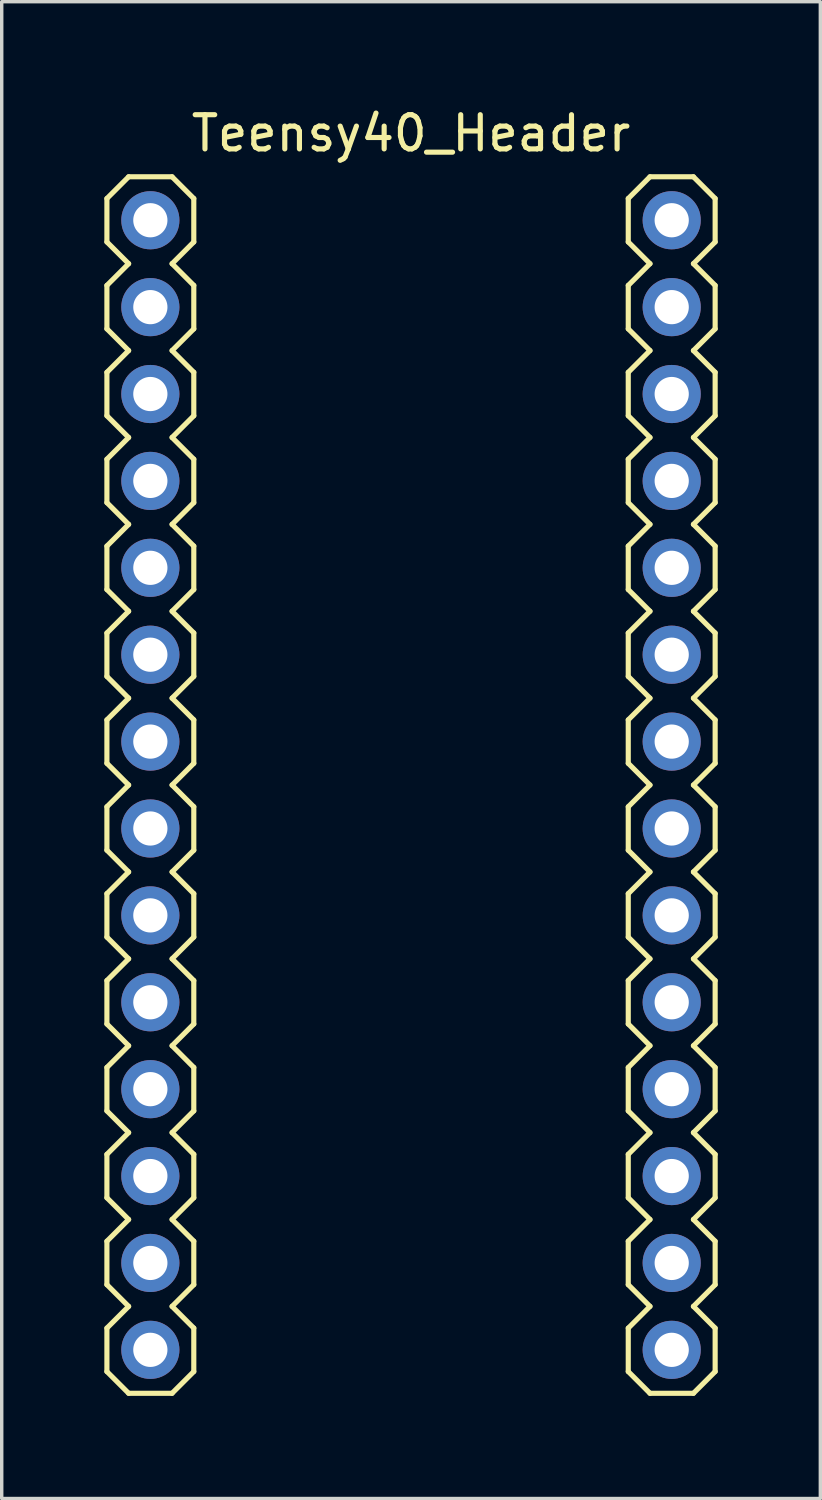
<source format=kicad_pcb>
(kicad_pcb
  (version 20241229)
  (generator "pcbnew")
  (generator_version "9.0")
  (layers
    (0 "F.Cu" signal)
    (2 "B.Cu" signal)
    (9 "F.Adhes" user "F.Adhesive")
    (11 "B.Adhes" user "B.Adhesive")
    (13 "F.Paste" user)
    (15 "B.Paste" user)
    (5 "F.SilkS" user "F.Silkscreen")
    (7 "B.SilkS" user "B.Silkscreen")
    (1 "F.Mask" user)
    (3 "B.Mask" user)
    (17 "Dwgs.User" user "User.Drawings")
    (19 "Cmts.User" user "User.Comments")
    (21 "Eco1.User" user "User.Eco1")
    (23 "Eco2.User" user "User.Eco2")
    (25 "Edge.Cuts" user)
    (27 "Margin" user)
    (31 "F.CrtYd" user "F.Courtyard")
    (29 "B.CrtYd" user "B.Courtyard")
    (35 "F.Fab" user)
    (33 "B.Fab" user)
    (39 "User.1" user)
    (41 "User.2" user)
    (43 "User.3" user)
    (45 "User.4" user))
  (footprint "Teensy40_Header"
    (layer "F.Cu")
    (at 8.965 3.388)
    (property "Reference" "Teensy40_Header" (at 0 -2.54 0) (layer "F.SilkS") (effects (font (size 1 1) (thickness 0.15))))
    (attr through_hole)
    (fp_line (start -8.89 -0.635) (end -8.89 0.635) (stroke (width 0.15) (type solid)) (layer "F.SilkS"))
    (fp_line (start -8.89 0.635) (end -8.255 1.27) (stroke (width 0.15) (type solid)) (layer "F.SilkS"))
    (fp_line (start -8.89 1.905) (end -8.89 3.175) (stroke (width 0.15) (type solid)) (layer "F.SilkS"))
    (fp_line (start -8.89 3.175) (end -8.255 3.81) (stroke (width 0.15) (type solid)) (layer "F.SilkS"))
    (fp_line (start -8.89 4.445) (end -8.89 5.715) (stroke (width 0.15) (type solid)) (layer "F.SilkS"))
    (fp_line (start -8.89 5.715) (end -8.255 6.35) (stroke (width 0.15) (type solid)) (layer "F.SilkS"))
    (fp_line (start -8.89 6.985) (end -8.89 8.255) (stroke (width 0.15) (type solid)) (layer "F.SilkS"))
    (fp_line (start -8.89 8.255) (end -8.255 8.89) (stroke (width 0.15) (type solid)) (layer "F.SilkS"))
    (fp_line (start -8.89 9.525) (end -8.89 10.795) (stroke (width 0.15) (type solid)) (layer "F.SilkS"))
    (fp_line (start -8.89 10.795) (end -8.255 11.43) (stroke (width 0.15) (type solid)) (layer "F.SilkS"))
    (fp_line (start -8.89 12.065) (end -8.89 13.335) (stroke (width 0.15) (type solid)) (layer "F.SilkS"))
    (fp_line (start -8.89 13.335) (end -8.255 13.97) (stroke (width 0.15) (type solid)) (layer "F.SilkS"))
    (fp_line (start -8.89 14.605) (end -8.89 15.875) (stroke (width 0.15) (type solid)) (layer "F.SilkS"))
    (fp_line (start -8.89 15.875) (end -8.255 16.51) (stroke (width 0.15) (type solid)) (layer "F.SilkS"))
    (fp_line (start -8.89 17.145) (end -8.89 18.415) (stroke (width 0.15) (type solid)) (layer "F.SilkS"))
    (fp_line (start -8.89 18.415) (end -8.255 19.05) (stroke (width 0.15) (type solid)) (layer "F.SilkS"))
    (fp_line (start -8.89 19.685) (end -8.89 20.955) (stroke (width 0.15) (type solid)) (layer "F.SilkS"))
    (fp_line (start -8.89 20.955) (end -8.255 21.59) (stroke (width 0.15) (type solid)) (layer "F.SilkS"))
    (fp_line (start -8.89 22.225) (end -8.89 23.495) (stroke (width 0.15) (type solid)) (layer "F.SilkS"))
    (fp_line (start -8.89 23.495) (end -8.255 24.13) (stroke (width 0.15) (type solid)) (layer "F.SilkS"))
    (fp_line (start -8.89 24.765) (end -8.89 26.035) (stroke (width 0.15) (type solid)) (layer "F.SilkS"))
    (fp_line (start -8.89 26.035) (end -8.255 26.67) (stroke (width 0.15) (type solid)) (layer "F.SilkS"))
    (fp_line (start -8.89 27.305) (end -8.89 28.575) (stroke (width 0.15) (type solid)) (layer "F.SilkS"))
    (fp_line (start -8.89 28.575) (end -8.255 29.21) (stroke (width 0.15) (type solid)) (layer "F.SilkS"))
    (fp_line (start -8.89 29.845) (end -8.89 31.115) (stroke (width 0.15) (type solid)) (layer "F.SilkS"))
    (fp_line (start -8.89 31.115) (end -8.255 31.75) (stroke (width 0.15) (type solid)) (layer "F.SilkS"))
    (fp_line (start -8.89 32.385) (end -8.89 33.655) (stroke (width 0.15) (type solid)) (layer "F.SilkS"))
    (fp_line (start -8.89 33.655) (end -8.255 34.29) (stroke (width 0.15) (type solid)) (layer "F.SilkS"))
    (fp_line (start -8.255 -1.27) (end -8.89 -0.635) (stroke (width 0.15) (type solid)) (layer "F.SilkS"))
    (fp_line (start -8.255 1.27) (end -8.89 1.905) (stroke (width 0.15) (type solid)) (layer "F.SilkS"))
    (fp_line (start -8.255 3.81) (end -8.89 4.445) (stroke (width 0.15) (type solid)) (layer "F.SilkS"))
    (fp_line (start -8.255 6.35) (end -8.89 6.985) (stroke (width 0.15) (type solid)) (layer "F.SilkS"))
    (fp_line (start -8.255 8.89) (end -8.89 9.525) (stroke (width 0.15) (type solid)) (layer "F.SilkS"))
    (fp_line (start -8.255 11.43) (end -8.89 12.065) (stroke (width 0.15) (type solid)) (layer "F.SilkS"))
    (fp_line (start -8.255 13.97) (end -8.89 14.605) (stroke (width 0.15) (type solid)) (layer "F.SilkS"))
    (fp_line (start -8.255 16.51) (end -8.89 17.145) (stroke (width 0.15) (type solid)) (layer "F.SilkS"))
    (fp_line (start -8.255 19.05) (end -8.89 19.685) (stroke (width 0.15) (type solid)) (layer "F.SilkS"))
    (fp_line (start -8.255 21.59) (end -8.89 22.225) (stroke (width 0.15) (type solid)) (layer "F.SilkS"))
    (fp_line (start -8.255 24.13) (end -8.89 24.765) (stroke (width 0.15) (type solid)) (layer "F.SilkS"))
    (fp_line (start -8.255 26.67) (end -8.89 27.305) (stroke (width 0.15) (type solid)) (layer "F.SilkS"))
    (fp_line (start -8.255 29.21) (end -8.89 29.845) (stroke (width 0.15) (type solid)) (layer "F.SilkS"))
    (fp_line (start -8.255 31.75) (end -8.89 32.385) (stroke (width 0.15) (type solid)) (layer "F.SilkS"))
    (fp_line (start -8.255 34.29) (end -6.985 34.29) (stroke (width 0.15) (type solid)) (layer "F.SilkS"))
    (fp_line (start -6.985 -1.27) (end -8.255 -1.27) (stroke (width 0.15) (type solid)) (layer "F.SilkS"))
    (fp_line (start -6.985 1.27) (end -6.35 0.635) (stroke (width 0.15) (type solid)) (layer "F.SilkS"))
    (fp_line (start -6.985 3.81) (end -6.35 3.175) (stroke (width 0.15) (type solid)) (layer "F.SilkS"))
    (fp_line (start -6.985 6.35) (end -6.35 5.715) (stroke (width 0.15) (type solid)) (layer "F.SilkS"))
    (fp_line (start -6.985 8.89) (end -6.35 8.255) (stroke (width 0.15) (type solid)) (layer "F.SilkS"))
    (fp_line (start -6.985 11.43) (end -6.35 10.795) (stroke (width 0.15) (type solid)) (layer "F.SilkS"))
    (fp_line (start -6.985 13.97) (end -6.35 13.335) (stroke (width 0.15) (type solid)) (layer "F.SilkS"))
    (fp_line (start -6.985 16.51) (end -6.35 15.875) (stroke (width 0.15) (type solid)) (layer "F.SilkS"))
    (fp_line (start -6.985 19.05) (end -6.35 18.415) (stroke (width 0.15) (type solid)) (layer "F.SilkS"))
    (fp_line (start -6.985 21.59) (end -6.35 20.955) (stroke (width 0.15) (type solid)) (layer "F.SilkS"))
    (fp_line (start -6.985 26.67) (end -6.35 26.035) (stroke (width 0.15) (type solid)) (layer "F.SilkS"))
    (fp_line (start -6.985 29.21) (end -6.35 28.575) (stroke (width 0.15) (type solid)) (layer "F.SilkS"))
    (fp_line (start -6.985 31.75) (end -6.35 31.115) (stroke (width 0.15) (type solid)) (layer "F.SilkS"))
    (fp_line (start -6.985 34.29) (end -6.35 33.655) (stroke (width 0.15) (type solid)) (layer "F.SilkS"))
    (fp_line (start -6.35 -0.635) (end -6.985 -1.27) (stroke (width 0.15) (type solid)) (layer "F.SilkS"))
    (fp_line (start -6.35 0.635) (end -6.35 -0.635) (stroke (width 0.15) (type solid)) (layer "F.SilkS"))
    (fp_line (start -6.35 1.905) (end -6.985 1.27) (stroke (width 0.15) (type solid)) (layer "F.SilkS"))
    (fp_line (start -6.35 3.175) (end -6.35 1.905) (stroke (width 0.15) (type solid)) (layer "F.SilkS"))
    (fp_line (start -6.35 4.445) (end -6.985 3.81) (stroke (width 0.15) (type solid)) (layer "F.SilkS"))
    (fp_line (start -6.35 5.715) (end -6.35 4.445) (stroke (width 0.15) (type solid)) (layer "F.SilkS"))
    (fp_line (start -6.35 6.985) (end -6.985 6.35) (stroke (width 0.15) (type solid)) (layer "F.SilkS"))
    (fp_line (start -6.35 8.255) (end -6.35 6.985) (stroke (width 0.15) (type solid)) (layer "F.SilkS"))
    (fp_line (start -6.35 9.525) (end -6.985 8.89) (stroke (width 0.15) (type solid)) (layer "F.SilkS"))
    (fp_line (start -6.35 10.795) (end -6.35 9.525) (stroke (width 0.15) (type solid)) (layer "F.SilkS"))
    (fp_line (start -6.35 12.065) (end -6.985 11.43) (stroke (width 0.15) (type solid)) (layer "F.SilkS"))
    (fp_line (start -6.35 13.335) (end -6.35 12.065) (stroke (width 0.15) (type solid)) (layer "F.SilkS"))
    (fp_line (start -6.35 14.605) (end -6.985 13.97) (stroke (width 0.15) (type solid)) (layer "F.SilkS"))
    (fp_line (start -6.35 15.875) (end -6.35 14.605) (stroke (width 0.15) (type solid)) (layer "F.SilkS"))
    (fp_line (start -6.35 17.145) (end -6.985 16.51) (stroke (width 0.15) (type solid)) (layer "F.SilkS"))
    (fp_line (start -6.35 18.415) (end -6.35 17.145) (stroke (width 0.15) (type solid)) (layer "F.SilkS"))
    (fp_line (start -6.35 19.685) (end -6.985 19.05) (stroke (width 0.15) (type solid)) (layer "F.SilkS"))
    (fp_line (start -6.35 20.955) (end -6.35 19.685) (stroke (width 0.15) (type solid)) (layer "F.SilkS"))
    (fp_line (start -6.35 22.225) (end -6.985 21.59) (stroke (width 0.15) (type solid)) (layer "F.SilkS"))
    (fp_line (start -6.35 23.495) (end -6.985 24.13) (stroke (width 0.15) (type solid)) (layer "F.SilkS"))
    (fp_line (start -6.35 23.495) (end -6.35 22.225) (stroke (width 0.15) (type solid)) (layer "F.SilkS"))
    (fp_line (start -6.35 24.765) (end -6.985 24.13) (stroke (width 0.15) (type solid)) (layer "F.SilkS"))
    (fp_line (start -6.35 26.035) (end -6.35 24.765) (stroke (width 0.15) (type solid)) (layer "F.SilkS"))
    (fp_line (start -6.35 27.305) (end -6.985 26.67) (stroke (width 0.15) (type solid)) (layer "F.SilkS"))
    (fp_line (start -6.35 28.575) (end -6.35 27.305) (stroke (width 0.15) (type solid)) (layer "F.SilkS"))
    (fp_line (start -6.35 29.845) (end -6.985 29.21) (stroke (width 0.15) (type solid)) (layer "F.SilkS"))
    (fp_line (start -6.35 31.115) (end -6.35 29.845) (stroke (width 0.15) (type solid)) (layer "F.SilkS"))
    (fp_line (start -6.35 32.385) (end -6.985 31.75) (stroke (width 0.15) (type solid)) (layer "F.SilkS"))
    (fp_line (start -6.35 33.655) (end -6.35 32.385) (stroke (width 0.15) (type solid)) (layer "F.SilkS"))
    (fp_line (start 6.35 -0.635) (end 6.35 0.635) (stroke (width 0.15) (type solid)) (layer "F.SilkS"))
    (fp_line (start 6.35 0.635) (end 6.985 1.27) (stroke (width 0.15) (type solid)) (layer "F.SilkS"))
    (fp_line (start 6.35 1.905) (end 6.35 3.175) (stroke (width 0.15) (type solid)) (layer "F.SilkS"))
    (fp_line (start 6.35 3.175) (end 6.985 3.81) (stroke (width 0.15) (type solid)) (layer "F.SilkS"))
    (fp_line (start 6.35 4.445) (end 6.35 5.715) (stroke (width 0.15) (type solid)) (layer "F.SilkS"))
    (fp_line (start 6.35 5.715) (end 6.985 6.35) (stroke (width 0.15) (type solid)) (layer "F.SilkS"))
    (fp_line (start 6.35 6.985) (end 6.35 8.255) (stroke (width 0.15) (type solid)) (layer "F.SilkS"))
    (fp_line (start 6.35 8.255) (end 6.985 8.89) (stroke (width 0.15) (type solid)) (layer "F.SilkS"))
    (fp_line (start 6.35 9.525) (end 6.35 10.795) (stroke (width 0.15) (type solid)) (layer "F.SilkS"))
    (fp_line (start 6.35 10.795) (end 6.985 11.43) (stroke (width 0.15) (type solid)) (layer "F.SilkS"))
    (fp_line (start 6.35 12.065) (end 6.35 13.335) (stroke (width 0.15) (type solid)) (layer "F.SilkS"))
    (fp_line (start 6.35 13.335) (end 6.985 13.97) (stroke (width 0.15) (type solid)) (layer "F.SilkS"))
    (fp_line (start 6.35 14.605) (end 6.35 15.875) (stroke (width 0.15) (type solid)) (layer "F.SilkS"))
    (fp_line (start 6.35 15.875) (end 6.985 16.51) (stroke (width 0.15) (type solid)) (layer "F.SilkS"))
    (fp_line (start 6.35 17.145) (end 6.35 18.415) (stroke (width 0.15) (type solid)) (layer "F.SilkS"))
    (fp_line (start 6.35 18.415) (end 6.985 19.05) (stroke (width 0.15) (type solid)) (layer "F.SilkS"))
    (fp_line (start 6.35 19.685) (end 6.35 20.955) (stroke (width 0.15) (type solid)) (layer "F.SilkS"))
    (fp_line (start 6.35 20.955) (end 6.985 21.59) (stroke (width 0.15) (type solid)) (layer "F.SilkS"))
    (fp_line (start 6.35 22.225) (end 6.35 23.495) (stroke (width 0.15) (type solid)) (layer "F.SilkS"))
    (fp_line (start 6.35 23.495) (end 6.985 24.13) (stroke (width 0.15) (type solid)) (layer "F.SilkS"))
    (fp_line (start 6.35 24.765) (end 6.35 26.035) (stroke (width 0.15) (type solid)) (layer "F.SilkS"))
    (fp_line (start 6.35 26.035) (end 6.985 26.67) (stroke (width 0.15) (type solid)) (layer "F.SilkS"))
    (fp_line (start 6.35 27.305) (end 6.35 28.575) (stroke (width 0.15) (type solid)) (layer "F.SilkS"))
    (fp_line (start 6.35 28.575) (end 6.985 29.21) (stroke (width 0.15) (type solid)) (layer "F.SilkS"))
    (fp_line (start 6.35 29.845) (end 6.35 31.115) (stroke (width 0.15) (type solid)) (layer "F.SilkS"))
    (fp_line (start 6.35 31.115) (end 6.985 31.75) (stroke (width 0.15) (type solid)) (layer "F.SilkS"))
    (fp_line (start 6.35 32.385) (end 6.35 33.655) (stroke (width 0.15) (type solid)) (layer "F.SilkS"))
    (fp_line (start 6.35 33.655) (end 6.985 34.29) (stroke (width 0.15) (type solid)) (layer "F.SilkS"))
    (fp_line (start 6.985 -1.27) (end 6.35 -0.635) (stroke (width 0.15) (type solid)) (layer "F.SilkS"))
    (fp_line (start 6.985 1.27) (end 6.35 1.905) (stroke (width 0.15) (type solid)) (layer "F.SilkS"))
    (fp_line (start 6.985 3.81) (end 6.35 4.445) (stroke (width 0.15) (type solid)) (layer "F.SilkS"))
    (fp_line (start 6.985 6.35) (end 6.35 6.985) (stroke (width 0.15) (type solid)) (layer "F.SilkS"))
    (fp_line (start 6.985 8.89) (end 6.35 9.525) (stroke (width 0.15) (type solid)) (layer "F.SilkS"))
    (fp_line (start 6.985 11.43) (end 6.35 12.065) (stroke (width 0.15) (type solid)) (layer "F.SilkS"))
    (fp_line (start 6.985 13.97) (end 6.35 14.605) (stroke (width 0.15) (type solid)) (layer "F.SilkS"))
    (fp_line (start 6.985 16.51) (end 6.35 17.145) (stroke (width 0.15) (type solid)) (layer "F.SilkS"))
    (fp_line (start 6.985 19.05) (end 6.35 19.685) (stroke (width 0.15) (type solid)) (layer "F.SilkS"))
    (fp_line (start 6.985 21.59) (end 6.35 22.225) (stroke (width 0.15) (type solid)) (layer "F.SilkS"))
    (fp_line (start 6.985 24.13) (end 6.35 24.765) (stroke (width 0.15) (type solid)) (layer "F.SilkS"))
    (fp_line (start 6.985 26.67) (end 6.35 27.305) (stroke (width 0.15) (type solid)) (layer "F.SilkS"))
    (fp_line (start 6.985 29.21) (end 6.35 29.845) (stroke (width 0.15) (type solid)) (layer "F.SilkS"))
    (fp_line (start 6.985 31.75) (end 6.35 32.385) (stroke (width 0.15) (type solid)) (layer "F.SilkS"))
    (fp_line (start 6.985 34.29) (end 8.255 34.29) (stroke (width 0.15) (type solid)) (layer "F.SilkS"))
    (fp_line (start 8.255 -1.27) (end 6.985 -1.27) (stroke (width 0.15) (type solid)) (layer "F.SilkS"))
    (fp_line (start 8.255 1.27) (end 8.89 0.635) (stroke (width 0.15) (type solid)) (layer "F.SilkS"))
    (fp_line (start 8.255 3.81) (end 8.89 3.175) (stroke (width 0.15) (type solid)) (layer "F.SilkS"))
    (fp_line (start 8.255 6.35) (end 8.89 5.715) (stroke (width 0.15) (type solid)) (layer "F.SilkS"))
    (fp_line (start 8.255 8.89) (end 8.89 8.255) (stroke (width 0.15) (type solid)) (layer "F.SilkS"))
    (fp_line (start 8.255 11.43) (end 8.89 10.795) (stroke (width 0.15) (type solid)) (layer "F.SilkS"))
    (fp_line (start 8.255 13.97) (end 8.89 13.335) (stroke (width 0.15) (type solid)) (layer "F.SilkS"))
    (fp_line (start 8.255 16.51) (end 8.89 15.875) (stroke (width 0.15) (type solid)) (layer "F.SilkS"))
    (fp_line (start 8.255 19.05) (end 8.89 18.415) (stroke (width 0.15) (type solid)) (layer "F.SilkS"))
    (fp_line (start 8.255 21.59) (end 8.89 20.955) (stroke (width 0.15) (type solid)) (layer "F.SilkS"))
    (fp_line (start 8.255 26.67) (end 8.89 26.035) (stroke (width 0.15) (type solid)) (layer "F.SilkS"))
    (fp_line (start 8.255 29.21) (end 8.89 28.575) (stroke (width 0.15) (type solid)) (layer "F.SilkS"))
    (fp_line (start 8.255 31.75) (end 8.89 31.115) (stroke (width 0.15) (type solid)) (layer "F.SilkS"))
    (fp_line (start 8.255 34.29) (end 8.89 33.655) (stroke (width 0.15) (type solid)) (layer "F.SilkS"))
    (fp_line (start 8.89 -0.635) (end 8.255 -1.27) (stroke (width 0.15) (type solid)) (layer "F.SilkS"))
    (fp_line (start 8.89 0.635) (end 8.89 -0.635) (stroke (width 0.15) (type solid)) (layer "F.SilkS"))
    (fp_line (start 8.89 1.905) (end 8.255 1.27) (stroke (width 0.15) (type solid)) (layer "F.SilkS"))
    (fp_line (start 8.89 3.175) (end 8.89 1.905) (stroke (width 0.15) (type solid)) (layer "F.SilkS"))
    (fp_line (start 8.89 4.445) (end 8.255 3.81) (stroke (width 0.15) (type solid)) (layer "F.SilkS"))
    (fp_line (start 8.89 5.715) (end 8.89 4.445) (stroke (width 0.15) (type solid)) (layer "F.SilkS"))
    (fp_line (start 8.89 6.985) (end 8.255 6.35) (stroke (width 0.15) (type solid)) (layer "F.SilkS"))
    (fp_line (start 8.89 8.255) (end 8.89 6.985) (stroke (width 0.15) (type solid)) (layer "F.SilkS"))
    (fp_line (start 8.89 9.525) (end 8.255 8.89) (stroke (width 0.15) (type solid)) (layer "F.SilkS"))
    (fp_line (start 8.89 10.795) (end 8.89 9.525) (stroke (width 0.15) (type solid)) (layer "F.SilkS"))
    (fp_line (start 8.89 12.065) (end 8.255 11.43) (stroke (width 0.15) (type solid)) (layer "F.SilkS"))
    (fp_line (start 8.89 13.335) (end 8.89 12.065) (stroke (width 0.15) (type solid)) (layer "F.SilkS"))
    (fp_line (start 8.89 14.605) (end 8.255 13.97) (stroke (width 0.15) (type solid)) (layer "F.SilkS"))
    (fp_line (start 8.89 15.875) (end 8.89 14.605) (stroke (width 0.15) (type solid)) (layer "F.SilkS"))
    (fp_line (start 8.89 17.145) (end 8.255 16.51) (stroke (width 0.15) (type solid)) (layer "F.SilkS"))
    (fp_line (start 8.89 18.415) (end 8.89 17.145) (stroke (width 0.15) (type solid)) (layer "F.SilkS"))
    (fp_line (start 8.89 19.685) (end 8.255 19.05) (stroke (width 0.15) (type solid)) (layer "F.SilkS"))
    (fp_line (start 8.89 20.955) (end 8.89 19.685) (stroke (width 0.15) (type solid)) (layer "F.SilkS"))
    (fp_line (start 8.89 22.225) (end 8.255 21.59) (stroke (width 0.15) (type solid)) (layer "F.SilkS"))
    (fp_line (start 8.89 23.495) (end 8.255 24.13) (stroke (width 0.15) (type solid)) (layer "F.SilkS"))
    (fp_line (start 8.89 23.495) (end 8.89 22.225) (stroke (width 0.15) (type solid)) (layer "F.SilkS"))
    (fp_line (start 8.89 24.765) (end 8.255 24.13) (stroke (width 0.15) (type solid)) (layer "F.SilkS"))
    (fp_line (start 8.89 26.035) (end 8.89 24.765) (stroke (width 0.15) (type solid)) (layer "F.SilkS"))
    (fp_line (start 8.89 27.305) (end 8.255 26.67) (stroke (width 0.15) (type solid)) (layer "F.SilkS"))
    (fp_line (start 8.89 28.575) (end 8.89 27.305) (stroke (width 0.15) (type solid)) (layer "F.SilkS"))
    (fp_line (start 8.89 29.845) (end 8.255 29.21) (stroke (width 0.15) (type solid)) (layer "F.SilkS"))
    (fp_line (start 8.89 31.115) (end 8.89 29.845) (stroke (width 0.15) (type solid)) (layer "F.SilkS"))
    (fp_line (start 8.89 32.385) (end 8.255 31.75) (stroke (width 0.15) (type solid)) (layer "F.SilkS"))
    (fp_line (start 8.89 33.655) (end 8.89 32.385) (stroke (width 0.15) (type solid)) (layer "F.SilkS"))
    (pad "1" thru_hole oval (at -7.62 0) (size 1.7 1.7) (drill 1) (layers "*.Cu" "*.Mask"))
    (pad "2" thru_hole oval (at -7.62 2.54) (size 1.7 1.7) (drill 1) (layers "*.Cu" "*.Mask"))
    (pad "3" thru_hole oval (at -7.62 5.08) (size 1.7 1.7) (drill 1) (layers "*.Cu" "*.Mask"))
    (pad "4" thru_hole oval (at -7.62 7.62) (size 1.7 1.7) (drill 1) (layers "*.Cu" "*.Mask"))
    (pad "5" thru_hole oval (at -7.62 10.16) (size 1.7 1.7) (drill 1) (layers "*.Cu" "*.Mask"))
    (pad "6" thru_hole oval (at -7.62 12.7) (size 1.7 1.7) (drill 1) (layers "*.Cu" "*.Mask"))
    (pad "7" thru_hole oval (at -7.62 15.24) (size 1.7 1.7) (drill 1) (layers "*.Cu" "*.Mask"))
    (pad "8" thru_hole oval (at -7.62 17.78) (size 1.7 1.7) (drill 1) (layers "*.Cu" "*.Mask"))
    (pad "9" thru_hole oval (at -7.62 20.32) (size 1.7 1.7) (drill 1) (layers "*.Cu" "*.Mask"))
    (pad "10" thru_hole oval (at -7.62 22.86) (size 1.7 1.7) (drill 1) (layers "*.Cu" "*.Mask"))
    (pad "11" thru_hole oval (at -7.62 25.4) (size 1.7 1.7) (drill 1) (layers "*.Cu" "*.Mask"))
    (pad "12" thru_hole oval (at -7.62 27.94) (size 1.7 1.7) (drill 1) (layers "*.Cu" "*.Mask"))
    (pad "13" thru_hole oval (at -7.62 30.48) (size 1.7 1.7) (drill 1) (layers "*.Cu" "*.Mask"))
    (pad "14" thru_hole oval (at -7.62 33.02) (size 1.7 1.7) (drill 1) (layers "*.Cu" "*.Mask"))
    (pad "15" thru_hole oval (at 7.62 33.02) (size 1.7 1.7) (drill 1) (layers "*.Cu" "*.Mask"))
    (pad "16" thru_hole oval (at 7.62 30.48) (size 1.7 1.7) (drill 1) (layers "*.Cu" "*.Mask"))
    (pad "17" thru_hole oval (at 7.62 27.94) (size 1.7 1.7) (drill 1) (layers "*.Cu" "*.Mask"))
    (pad "18" thru_hole oval (at 7.62 25.4) (size 1.7 1.7) (drill 1) (layers "*.Cu" "*.Mask"))
    (pad "19" thru_hole oval (at 7.62 22.86) (size 1.7 1.7) (drill 1) (layers "*.Cu" "*.Mask"))
    (pad "20" thru_hole oval (at 7.62 20.32) (size 1.7 1.7) (drill 1) (layers "*.Cu" "*.Mask"))
    (pad "21" thru_hole oval (at 7.62 17.78) (size 1.7 1.7) (drill 1) (layers "*.Cu" "*.Mask"))
    (pad "22" thru_hole oval (at 7.62 15.24) (size 1.7 1.7) (drill 1) (layers "*.Cu" "*.Mask"))
    (pad "23" thru_hole oval (at 7.62 12.7) (size 1.7 1.7) (drill 1) (layers "*.Cu" "*.Mask"))
    (pad "24" thru_hole oval (at 7.62 10.16) (size 1.7 1.7) (drill 1) (layers "*.Cu" "*.Mask"))
    (pad "25" thru_hole oval (at 7.62 7.62) (size 1.7 1.7) (drill 1) (layers "*.Cu" "*.Mask"))
    (pad "26" thru_hole oval (at 7.62 5.08) (size 1.7 1.7) (drill 1) (layers "*.Cu" "*.Mask"))
    (pad "27" thru_hole oval (at 7.62 2.54) (size 1.7 1.7) (drill 1) (layers "*.Cu" "*.Mask"))
    (pad "28" thru_hole oval (at 7.62 0) (size 1.7 1.7) (drill 1) (layers "*.Cu" "*.Mask")))
  (gr_rect
    (start -3 -3)
    (end 20.93 40.753)
    (stroke (width 0.1) (type default))
    (fill no)
    (layer "Edge.Cuts")))
</source>
